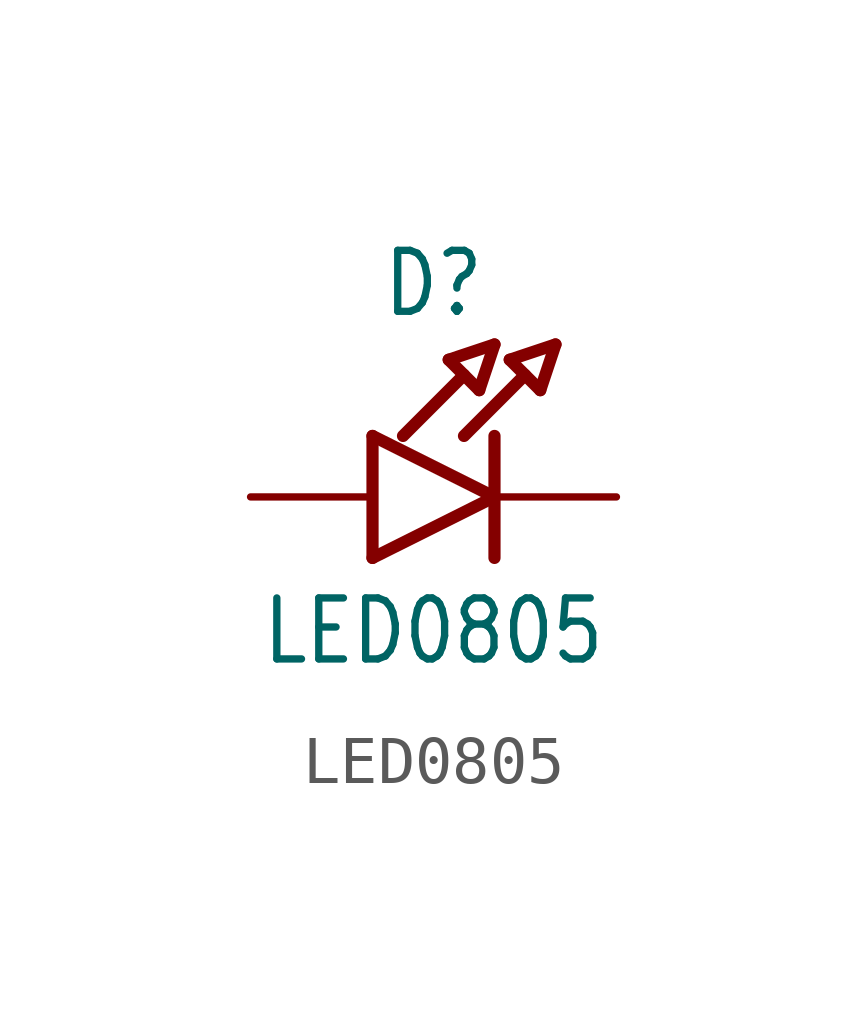
<source format=kicad_sym>
(kicad_symbol_lib
  (version 20201005)
  (generator kicad_symbol_editor)
  (symbol "LED0805"
    (property "Reference" "D"
      (at -1.27 4.445 0)
      (effects (font (size 1.27 1.079))))
    (property "Value" "LED0805"
      (at -1.27 -2.794 0)
      (effects (font (size 1.27 1.079))))
    (property "ki_locked" ""
      (at 0 0 0)
      (effects (font (size 1.27 1.27))))
    (symbol "LED0805_1_0"
      (polyline (pts (xy -2.54 -1.27) (xy 0 0)) (stroke (width 0.254)) (fill (type none)))
      (polyline (pts (xy -2.54 1.27) (xy -2.54 -1.27)) (stroke (width 0.254)) (fill (type none)))
      (polyline (pts (xy -1.905 1.27) (xy -0.635 2.54)) (stroke (width 0.254)) (fill (type none)))
      (polyline (pts (xy -0.953 2.857) (xy -0.318 2.223)) (stroke (width 0.254)) (fill (type none)))
      (polyline (pts (xy -0.635 1.27) (xy 0.635 2.54)) (stroke (width 0.254)) (fill (type none)))
      (polyline (pts (xy -0.318 2.223) (xy 0 3.175)) (stroke (width 0.254)) (fill (type none)))
      (polyline (pts (xy 0 0) (xy -2.54 1.27)) (stroke (width 0.254)) (fill (type none)))
      (polyline (pts (xy 0 0) (xy 0 -1.27)) (stroke (width 0.254)) (fill (type none)))
      (polyline (pts (xy 0 1.27) (xy 0 0)) (stroke (width 0.254)) (fill (type none)))
      (polyline (pts (xy 0 3.175) (xy -0.953 2.857)) (stroke (width 0.254)) (fill (type none)))
      (polyline (pts (xy 0.318 2.857) (xy 0.953 2.223)) (stroke (width 0.254)) (fill (type none)))
      (polyline (pts (xy 0.953 2.223) (xy 1.27 3.175)) (stroke (width 0.254)) (fill (type none)))
      (polyline (pts (xy 1.27 3.175) (xy 0.318 2.857)) (stroke (width 0.254)) (fill (type none)))
      (pin passive line (at -5.08 0 0) (length 2.54) (name "A" (effects (font (size 0 0)))) (number "A" (effects (font (size 0 0)))))
      (pin passive line (at 2.54 0 180) (length 2.54) (name "C" (effects (font (size 0 0)))) (number "C" (effects (font (size 0 0))))))))
</source>
